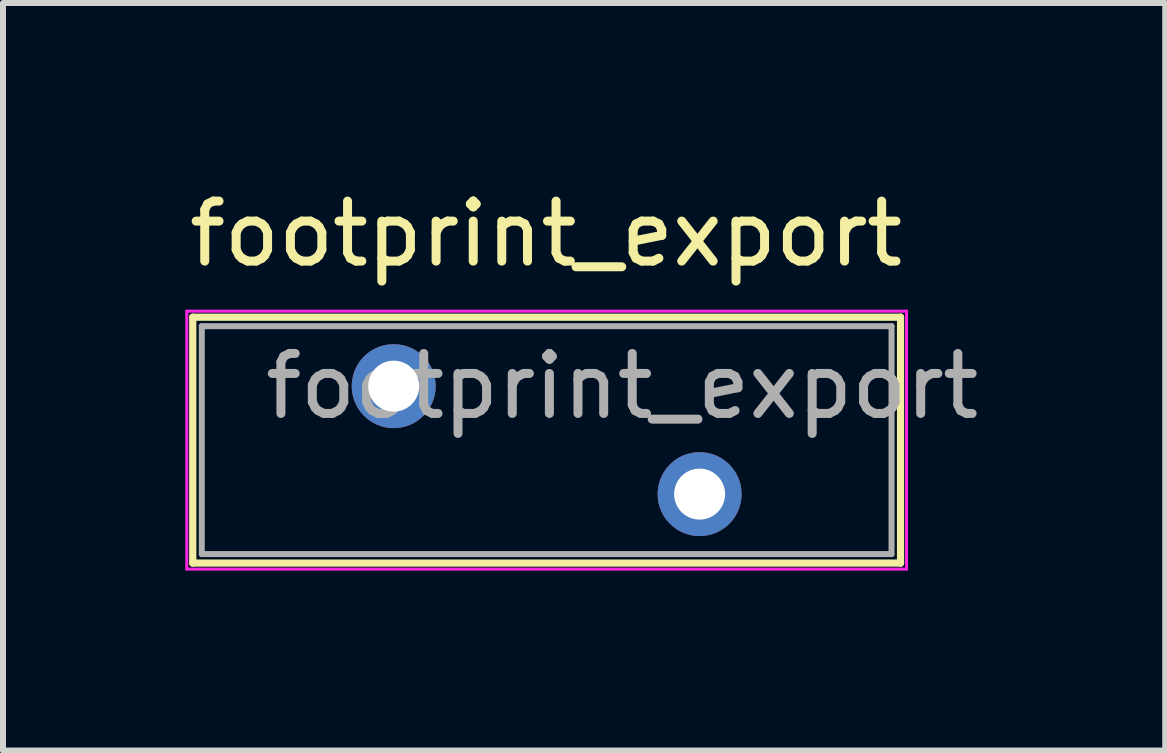
<source format=kicad_pcb>
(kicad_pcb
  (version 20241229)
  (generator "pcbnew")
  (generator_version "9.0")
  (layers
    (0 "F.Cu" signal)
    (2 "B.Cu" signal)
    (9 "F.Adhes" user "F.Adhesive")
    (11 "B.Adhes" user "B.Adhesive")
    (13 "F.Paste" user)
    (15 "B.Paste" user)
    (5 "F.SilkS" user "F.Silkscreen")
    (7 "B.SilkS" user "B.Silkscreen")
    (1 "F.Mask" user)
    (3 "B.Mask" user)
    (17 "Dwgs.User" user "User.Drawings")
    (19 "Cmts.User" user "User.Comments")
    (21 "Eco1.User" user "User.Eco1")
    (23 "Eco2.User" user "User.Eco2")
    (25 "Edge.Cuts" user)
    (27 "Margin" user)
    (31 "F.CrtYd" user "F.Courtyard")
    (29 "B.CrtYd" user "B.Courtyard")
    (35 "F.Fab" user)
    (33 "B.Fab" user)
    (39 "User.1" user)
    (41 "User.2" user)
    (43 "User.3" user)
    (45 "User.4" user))
  (footprint "footprint_export"
    (layer "F.Cu")
    (at 3.514 3.388)
    (property "Reference" "footprint_export" (at 2.54 -2.54 0) (layer "F.SilkS") (effects (font (size 1 1) (thickness 0.15))))
    (attr through_hole)
    (fp_line (start -3.35 -1.15) (end -3.35 2.95) (stroke (width 0.12) (type solid)) (layer "F.SilkS"))
    (fp_line (start -3.35 -1.15) (end 8.45 -1.15) (stroke (width 0.12) (type solid)) (layer "F.SilkS"))
    (fp_line (start -3.35 2.95) (end 8.45 2.95) (stroke (width 0.12) (type solid)) (layer "F.SilkS"))
    (fp_line (start 8.45 -1.15) (end 8.45 2.95) (stroke (width 0.12) (type solid)) (layer "F.SilkS"))
    (fp_line (start -3.45 -1.25) (end -3.45 3.05) (stroke (width 0.05) (type solid)) (layer "F.CrtYd"))
    (fp_line (start -3.45 -1.25) (end 8.55 -1.25) (stroke (width 0.05) (type solid)) (layer "F.CrtYd"))
    (fp_line (start -3.45 3.05) (end 8.55 3.05) (stroke (width 0.05) (type solid)) (layer "F.CrtYd"))
    (fp_line (start 8.55 -1.25) (end 8.55 3.05) (stroke (width 0.05) (type solid)) (layer "F.CrtYd"))
    (fp_line (start -3.2 -1) (end -3.2 2.8) (stroke (width 0.1) (type solid)) (layer "F.Fab"))
    (fp_line (start -3.2 -1) (end 8.3 -1) (stroke (width 0.1) (type solid)) (layer "F.Fab"))
    (fp_line (start -3.2 2.8) (end 8.3 2.8) (stroke (width 0.1) (type solid)) (layer "F.Fab"))
    (fp_line (start 8.3 -1) (end 8.3 2.8) (stroke (width 0.1) (type solid)) (layer "F.Fab"))
    (fp_text user "${REFERENCE}" (at 3.81 0 0) (layer "F.Fab") (effects (font (size 1 1) (thickness 0.15))))
    (pad "1" thru_hole circle (at 0 0) (size 1.4 1.4) (drill 0.85) (layers "*.Cu" "*.Mask"))
    (pad "2" thru_hole circle (at 5.1 1.8) (size 1.4 1.4) (drill 0.85) (layers "*.Cu" "*.Mask")))
  (gr_rect
    (start -3 -3)
    (end 16.377 9.463)
    (stroke (width 0.1) (type default))
    (fill no)
    (layer "Edge.Cuts")))
</source>
